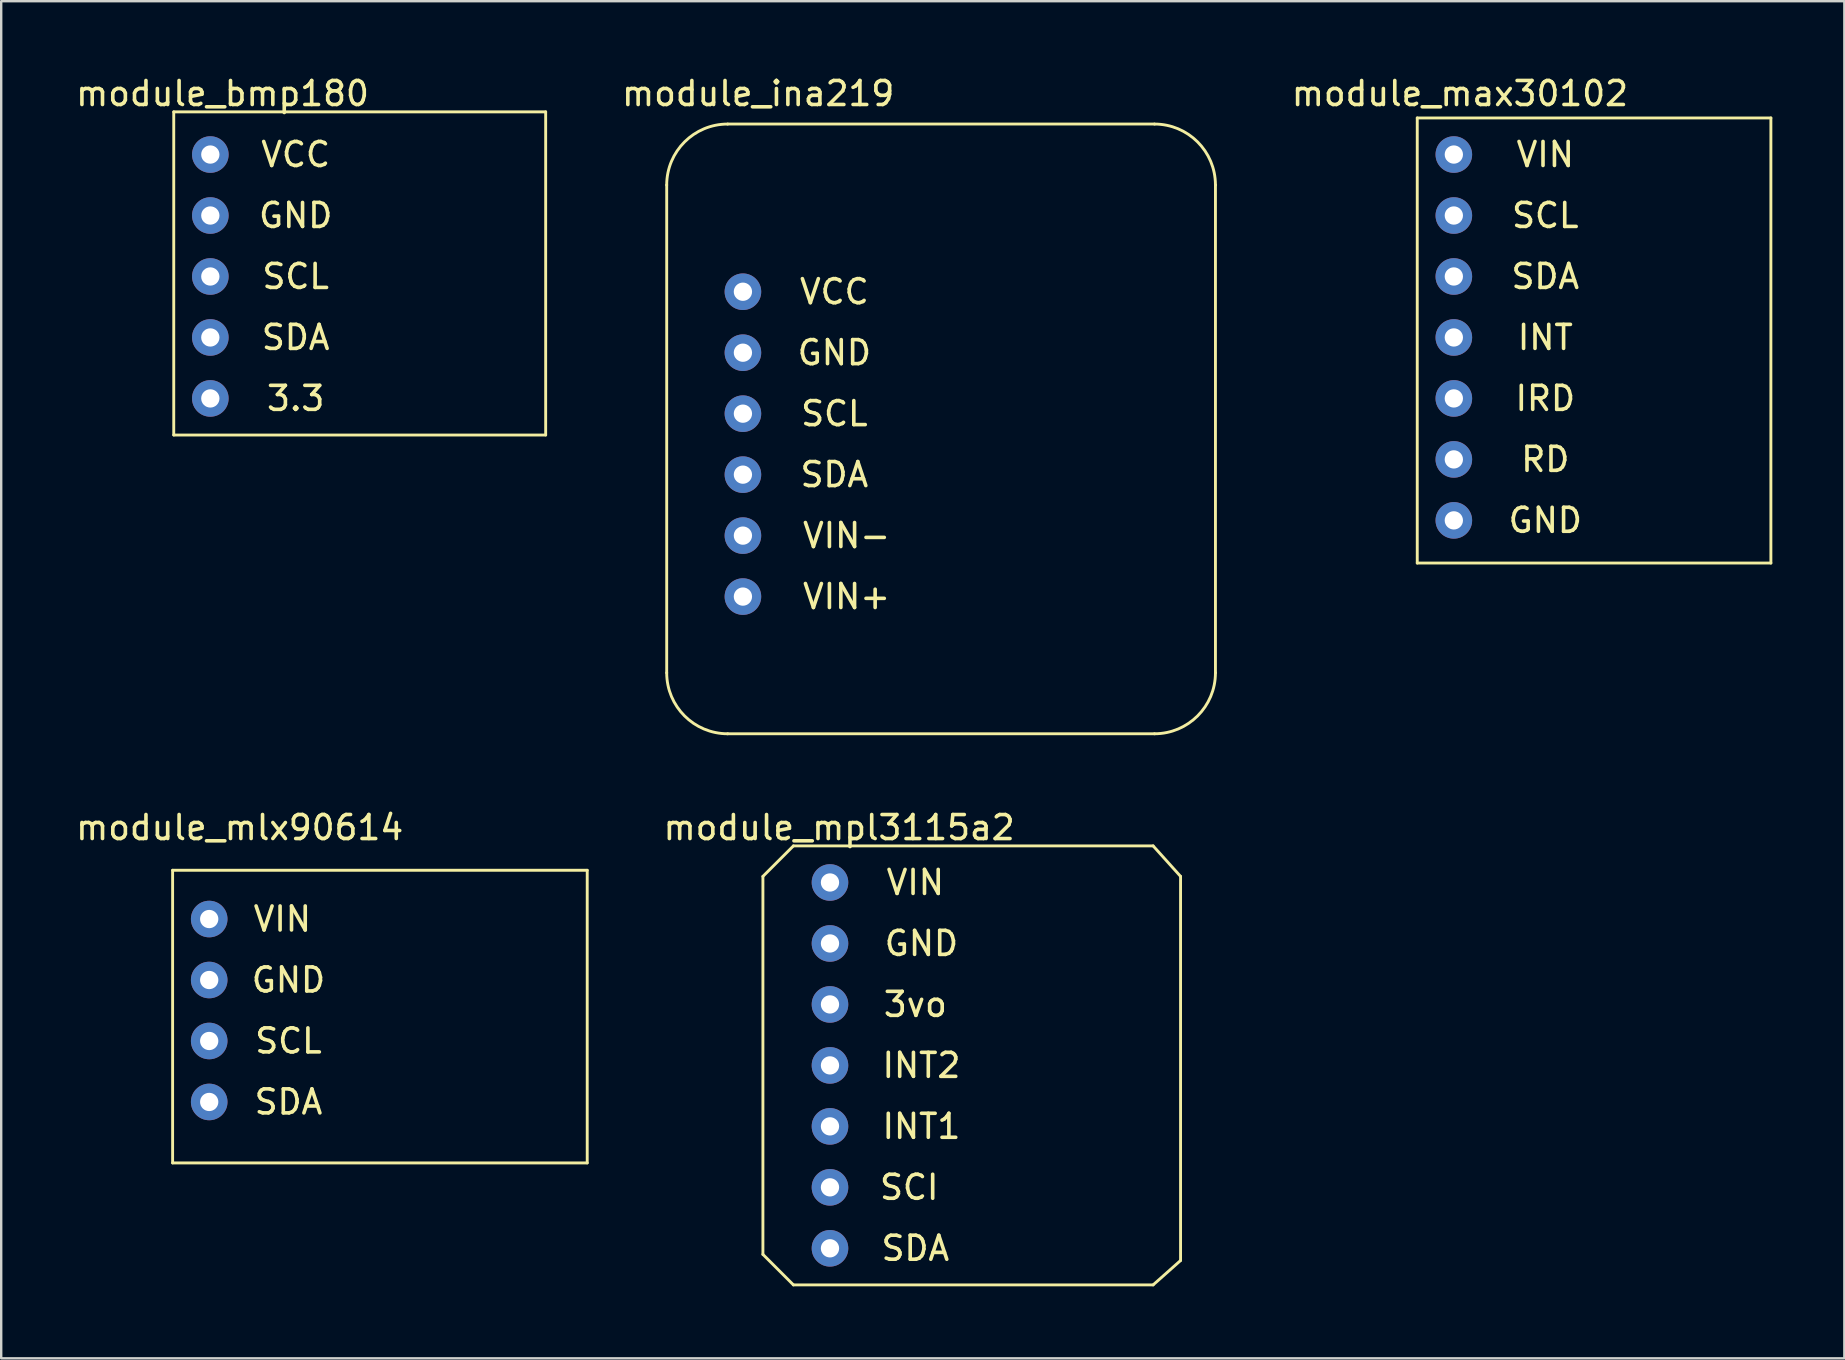
<source format=kicad_pcb>
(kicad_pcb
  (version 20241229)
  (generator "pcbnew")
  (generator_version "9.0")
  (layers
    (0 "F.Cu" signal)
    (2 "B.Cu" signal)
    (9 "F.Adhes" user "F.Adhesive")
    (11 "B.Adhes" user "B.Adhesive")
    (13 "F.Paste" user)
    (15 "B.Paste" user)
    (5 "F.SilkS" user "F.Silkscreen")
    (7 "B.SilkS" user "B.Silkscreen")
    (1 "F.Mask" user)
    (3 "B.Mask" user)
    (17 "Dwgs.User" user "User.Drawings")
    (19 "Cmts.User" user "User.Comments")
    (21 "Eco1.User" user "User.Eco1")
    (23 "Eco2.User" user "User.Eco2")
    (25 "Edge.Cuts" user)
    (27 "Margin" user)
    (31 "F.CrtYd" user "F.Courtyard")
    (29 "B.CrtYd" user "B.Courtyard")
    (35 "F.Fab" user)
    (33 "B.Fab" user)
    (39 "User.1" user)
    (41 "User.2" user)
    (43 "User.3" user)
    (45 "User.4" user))
  (footprint "module_mlx90614"
    (layer "F.Cu")
    (at 5.665 42.856)
    (property "Reference" "module_mlx90614" (at 1.27 -11.43 0) (layer "F.SilkS") (effects (font (size 1 1) (thickness 0.15))))
    (attr through_hole)
    (fp_line (start -1.524 -9.652) (end 15.748 -9.652) (stroke (width 0.12) (type solid)) (layer "F.SilkS"))
    (fp_line (start -1.524 2.54) (end -1.524 -9.652) (stroke (width 0.12) (type solid)) (layer "F.SilkS"))
    (fp_line (start 15.748 -9.652) (end 15.748 2.54) (stroke (width 0.12) (type solid)) (layer "F.SilkS"))
    (fp_line (start 15.748 2.54) (end -1.524 2.54) (stroke (width 0.12) (type solid)) (layer "F.SilkS"))
    (fp_text user "GND" (at 3.302 -5.08 0) (layer "F.SilkS") (effects (font (size 1 1) (thickness 0.15))))
    (fp_text user "SCL" (at 3.302 -2.54 0) (layer "F.SilkS") (effects (font (size 1 1) (thickness 0.15))))
    (fp_text user "VIN" (at 3.048 -7.62 0) (layer "F.SilkS") (effects (font (size 1 1) (thickness 0.15))))
    (fp_text user "SDA" (at 3.302 0 0) (layer "F.SilkS") (effects (font (size 1 1) (thickness 0.15))))
    (pad "1" thru_hole circle (at 0 -7.62) (size 1.524 1.524) (drill 0.762) (layers "*.Cu" "*.Mask"))
    (pad "2" thru_hole circle (at 0 -5.08) (size 1.524 1.524) (drill 0.762) (layers "*.Cu" "*.Mask"))
    (pad "3" thru_hole circle (at 0 -2.54) (size 1.524 1.524) (drill 0.762) (layers "*.Cu" "*.Mask"))
    (pad "4" thru_hole circle (at 0 0) (size 1.524 1.524) (drill 0.762) (layers "*.Cu" "*.Mask")))
  (footprint "module_ina219"
    (layer "F.Cu")
    (at 27.899 21.803)
    (property "Reference" "module_ina219" (at 0.635 -20.955 0) (layer "F.SilkS") (effects (font (size 1 1) (thickness 0.15))))
    (attr through_hole)
    (fp_line (start -3.175 3.175) (end -3.175 -17.145) (stroke (width 0.12) (type solid)) (layer "F.SilkS"))
    (fp_line (start -0.635 -19.685) (end 17.145 -19.685) (stroke (width 0.12) (type solid)) (layer "F.SilkS"))
    (fp_line (start 17.145 5.715) (end -0.635 5.715) (stroke (width 0.12) (type solid)) (layer "F.SilkS"))
    (fp_line (start 19.685 -17.145) (end 19.685 3.175) (stroke (width 0.12) (type solid)) (layer "F.SilkS"))
    (fp_arc (start -3.175 -17.145) (mid -2.431051 -18.941051) (end -0.635 -19.685) (stroke (width 0.12) (type solid)) (layer "F.SilkS"))
    (fp_arc (start -0.635 5.715) (mid -2.431051 4.971051) (end -3.175 3.175) (stroke (width 0.12) (type solid)) (layer "F.SilkS"))
    (fp_arc (start 17.145 -19.685) (mid 18.941051 -18.941051) (end 19.685 -17.145) (stroke (width 0.12) (type solid)) (layer "F.SilkS"))
    (fp_arc (start 19.685 3.175) (mid 18.941051 4.971051) (end 17.145 5.715) (stroke (width 0.12) (type solid)) (layer "F.SilkS"))
    (fp_text user "VIN-" (at 4.318 -2.54 0) (layer "F.SilkS") (effects (font (size 1 1) (thickness 0.15))))
    (fp_text user "GND" (at 3.81 -10.16 0) (layer "F.SilkS") (effects (font (size 1 1) (thickness 0.15))))
    (fp_text user "VIN+" (at 4.318 0 0) (layer "F.SilkS") (effects (font (size 1 1) (thickness 0.15))))
    (fp_text user "SCL" (at 3.81 -7.62 0) (layer "F.SilkS") (effects (font (size 1 1) (thickness 0.15))))
    (fp_text user "VCC" (at 3.81 -12.7 0) (layer "F.SilkS") (effects (font (size 1 1) (thickness 0.15))))
    (fp_text user "SDA" (at 3.81 -5.08 0) (layer "F.SilkS") (effects (font (size 1 1) (thickness 0.15))))
    (pad "1" thru_hole circle (at 0 -12.7) (size 1.524 1.524) (drill 0.762) (layers "*.Cu" "*.Mask"))
    (pad "2" thru_hole circle (at 0 -10.16) (size 1.524 1.524) (drill 0.762) (layers "*.Cu" "*.Mask"))
    (pad "3" thru_hole circle (at 0 -7.62) (size 1.524 1.524) (drill 0.762) (layers "*.Cu" "*.Mask"))
    (pad "4" thru_hole circle (at 0 -5.08) (size 1.524 1.524) (drill 0.762) (layers "*.Cu" "*.Mask"))
    (pad "5" thru_hole circle (at 0 -2.54) (size 1.524 1.524) (drill 0.762) (layers "*.Cu" "*.Mask"))
    (pad "6" thru_hole circle (at 0 0) (size 1.524 1.524) (drill 0.762) (layers "*.Cu" "*.Mask")))
  (footprint "module_max30102"
    (layer "F.Cu")
    (at 54.975 21.168)
    (property "Reference" "module_max30102" (at 2.794 -20.32 0) (layer "F.SilkS") (effects (font (size 1 1) (thickness 0.15))))
    (attr through_hole)
    (fp_line (start 1.016 -19.304) (end 15.748 -19.304) (stroke (width 0.12) (type solid)) (layer "F.SilkS"))
    (fp_line (start 1.016 -0.762) (end 1.016 -19.304) (stroke (width 0.12) (type solid)) (layer "F.SilkS"))
    (fp_line (start 15.748 -19.304) (end 15.748 -0.762) (stroke (width 0.12) (type solid)) (layer "F.SilkS"))
    (fp_line (start 15.748 -0.762) (end 1.016 -0.762) (stroke (width 0.12) (type solid)) (layer "F.SilkS"))
    (fp_text user "IRD" (at 6.35 -7.62 0) (layer "F.SilkS") (effects (font (size 1 1) (thickness 0.15))))
    (fp_text user "RD" (at 6.35 -5.08 0) (layer "F.SilkS") (effects (font (size 1 1) (thickness 0.15))))
    (fp_text user "GND" (at 6.35 -2.54 0) (layer "F.SilkS") (effects (font (size 1 1) (thickness 0.15))))
    (fp_text user "SDA" (at 6.35 -12.7 0) (layer "F.SilkS") (effects (font (size 1 1) (thickness 0.15))))
    (fp_text user "INT" (at 6.35 -10.16 0) (layer "F.SilkS") (effects (font (size 1 1) (thickness 0.15))))
    (fp_text user "SCL" (at 6.35 -15.24 0) (layer "F.SilkS") (effects (font (size 1 1) (thickness 0.15))))
    (fp_text user "VIN" (at 6.35 -17.78 0) (layer "F.SilkS") (effects (font (size 1 1) (thickness 0.15))))
    (pad "1" thru_hole circle (at 2.54 -17.78) (size 1.524 1.524) (drill 0.762) (layers "*.Cu" "*.Mask"))
    (pad "2" thru_hole circle (at 2.54 -15.24) (size 1.524 1.524) (drill 0.762) (layers "*.Cu" "*.Mask"))
    (pad "3" thru_hole circle (at 2.54 -12.7) (size 1.524 1.524) (drill 0.762) (layers "*.Cu" "*.Mask"))
    (pad "4" thru_hole circle (at 2.54 -10.16) (size 1.524 1.524) (drill 0.762) (layers "*.Cu" "*.Mask"))
    (pad "5" thru_hole circle (at 2.54 -7.62) (size 1.524 1.524) (drill 0.762) (layers "*.Cu" "*.Mask"))
    (pad "6" thru_hole circle (at 2.54 -5.08) (size 1.524 1.524) (drill 0.762) (layers "*.Cu" "*.Mask"))
    (pad "7" thru_hole circle (at 2.54 -2.54) (size 1.524 1.524) (drill 0.762) (layers "*.Cu" "*.Mask")))
  (footprint "module_mpl3115a2"
    (layer "F.Cu")
    (at 28.986 43.873)
    (property "Reference" "module_mpl3115a2" (at 2.921 -12.446 0) (layer "F.SilkS") (effects (font (size 1 1) (thickness 0.15))))
    (attr through_hole)
    (fp_line (start -0.254 -10.414) (end 1.016 -11.684) (stroke (width 0.12) (type solid)) (layer "F.SilkS"))
    (fp_line (start -0.254 5.334) (end -0.254 -10.414) (stroke (width 0.12) (type solid)) (layer "F.SilkS"))
    (fp_line (start -0.254 5.334) (end 1.016 6.604) (stroke (width 0.12) (type solid)) (layer "F.SilkS"))
    (fp_line (start 1.016 -11.684) (end 16.002 -11.684) (stroke (width 0.12) (type solid)) (layer "F.SilkS"))
    (fp_line (start 16.002 -11.684) (end 17.145 -10.414) (stroke (width 0.12) (type solid)) (layer "F.SilkS"))
    (fp_line (start 16.002 6.604) (end 1.016 6.604) (stroke (width 0.12) (type solid)) (layer "F.SilkS"))
    (fp_line (start 16.002 6.604) (end 17.145 5.588) (stroke (width 0.12) (type solid)) (layer "F.SilkS"))
    (fp_line (start 17.145 -10.414) (end 17.145 5.588) (stroke (width 0.12) (type solid)) (layer "F.SilkS"))
    (fp_text user "INT2" (at 6.35 -2.54 0) (layer "F.SilkS") (effects (font (size 1 1) (thickness 0.15))))
    (fp_text user "INT1" (at 6.35 0 0) (layer "F.SilkS") (effects (font (size 1 1) (thickness 0.15))))
    (fp_text user "VIN" (at 6.096 -10.16 0) (layer "F.SilkS") (effects (font (size 1 1) (thickness 0.15))))
    (fp_text user "GND" (at 6.35 -7.62 0) (layer "F.SilkS") (effects (font (size 1 1) (thickness 0.15))))
    (fp_text user "SDA" (at 6.096 5.08 0) (layer "F.SilkS") (effects (font (size 1 1) (thickness 0.15))))
    (fp_text user "SCI" (at 5.842 2.54 0) (layer "F.SilkS") (effects (font (size 1 1) (thickness 0.15))))
    (fp_text user "3vo" (at 6.096 -5.08 0) (layer "F.SilkS") (effects (font (size 1 1) (thickness 0.15))))
    (pad "1" thru_hole circle (at 2.54 -10.16) (size 1.524 1.524) (drill 0.762) (layers "*.Cu" "*.Mask"))
    (pad "2" thru_hole circle (at 2.54 -7.62) (size 1.524 1.524) (drill 0.762) (layers "*.Cu" "*.Mask"))
    (pad "3" thru_hole circle (at 2.54 -5.08) (size 1.524 1.524) (drill 0.762) (layers "*.Cu" "*.Mask"))
    (pad "4" thru_hole circle (at 2.54 -2.54) (size 1.524 1.524) (drill 0.762) (layers "*.Cu" "*.Mask"))
    (pad "5" thru_hole circle (at 2.54 0) (size 1.524 1.524) (drill 0.762) (layers "*.Cu" "*.Mask"))
    (pad "6" thru_hole circle (at 2.54 2.54) (size 1.524 1.524) (drill 0.762) (layers "*.Cu" "*.Mask"))
    (pad "7" thru_hole circle (at 2.54 5.08) (size 1.524 1.524) (drill 0.762) (layers "*.Cu" "*.Mask")))
  (footprint "module_bmp180"
    (layer "F.Cu")
    (at 5.712 13.548)
    (property "Reference" "module_bmp180" (at 0.508 -12.7 0) (layer "F.SilkS") (effects (font (size 1 1) (thickness 0.15))))
    (attr through_hole)
    (fp_line (start -1.524 -11.938) (end 13.97 -11.938) (stroke (width 0.12) (type solid)) (layer "F.SilkS"))
    (fp_line (start -1.524 1.524) (end -1.524 -11.938) (stroke (width 0.12) (type solid)) (layer "F.SilkS"))
    (fp_line (start 13.97 -11.938) (end 13.97 1.524) (stroke (width 0.12) (type solid)) (layer "F.SilkS"))
    (fp_line (start 13.97 1.524) (end -1.524 1.524) (stroke (width 0.12) (type solid)) (layer "F.SilkS"))
    (fp_text user "SCL" (at 3.556 -5.08 0) (layer "F.SilkS") (effects (font (size 1 1) (thickness 0.15))))
    (fp_text user "SDA" (at 3.556 -2.54 0) (layer "F.SilkS") (effects (font (size 1 1) (thickness 0.15))))
    (fp_text user "3.3" (at 3.556 0 0) (layer "F.SilkS") (effects (font (size 1 1) (thickness 0.15))))
    (fp_text user "GND" (at 3.556 -7.62 0) (layer "F.SilkS") (effects (font (size 1 1) (thickness 0.15))))
    (fp_text user "VCC" (at 3.556 -10.16 0) (layer "F.SilkS") (effects (font (size 1 1) (thickness 0.15))))
    (pad "1" thru_hole circle (at 0 -10.16) (size 1.524 1.524) (drill 0.762) (layers "*.Cu" "*.Mask"))
    (pad "2" thru_hole circle (at 0 -7.62) (size 1.524 1.524) (drill 0.762) (layers "*.Cu" "*.Mask"))
    (pad "3" thru_hole circle (at 0 -5.08) (size 1.524 1.524) (drill 0.762) (layers "*.Cu" "*.Mask"))
    (pad "4" thru_hole circle (at 0 -2.54) (size 1.524 1.524) (drill 0.762) (layers "*.Cu" "*.Mask"))
    (pad "5" thru_hole circle (at 0 0) (size 1.524 1.524) (drill 0.762) (layers "*.Cu" "*.Mask")))
  (gr_rect
    (start -3 -3)
    (end 73.783 53.536)
    (stroke (width 0.1) (type default))
    (fill no)
    (layer "Edge.Cuts")))
</source>
